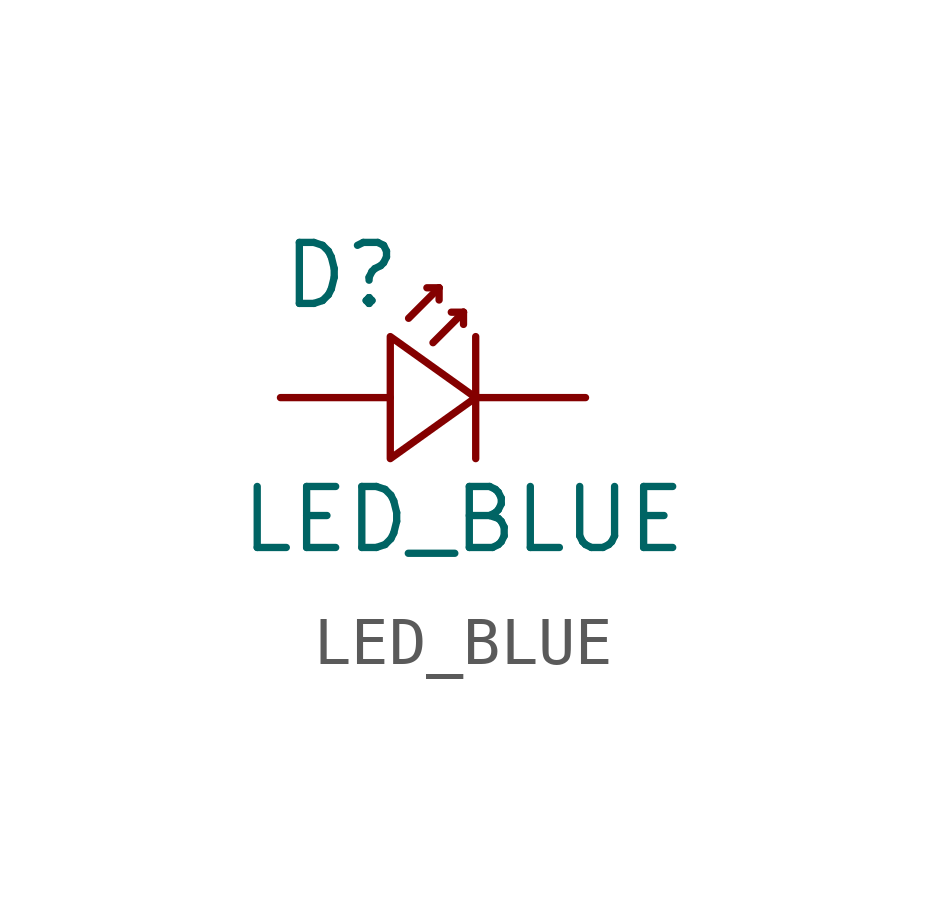
<source format=kicad_sym>
(kicad_symbol_lib
  (version 20211014)
  (generator kicad_symbol_editor)
  (symbol "LED_BLUE"
    (pin_numbers hide)
    (pin_names
      (offset 0) hide)
    (property "Reference" "D"
      (at -2.54 2.54 0)
      (effects (font (size 1.27 1.27))))
    (property "Value" "LED_BLUE"
      (at 0 -2.54 0)
      (effects (font (size 1.27 1.27))))
    (symbol "LED_BLUE_0_1"
      (polyline (pts (xy -1.143 1.651) (xy -0.508 2.286)) (stroke (width 0) (type default) (color 0 0 0 0)) (fill (type none)))
      (polyline (pts (xy -0.635 1.143) (xy 0 1.778)) (stroke (width 0) (type default) (color 0 0 0 0)) (fill (type none)))
      (polyline (pts (xy -0.508 2.286) (xy -0.762 2.286)) (stroke (width 0) (type default) (color 0 0 0 0)) (fill (type none)))
      (polyline (pts (xy -0.508 2.286) (xy -0.508 2.032)) (stroke (width 0) (type default) (color 0 0 0 0)) (fill (type none)))
      (polyline (pts (xy 0 1.778) (xy -0.254 1.778)) (stroke (width 0) (type default) (color 0 0 0 0)) (fill (type none)))
      (polyline (pts (xy 0 1.778) (xy 0 1.524)) (stroke (width 0) (type default) (color 0 0 0 0)) (fill (type none)))
      (polyline (pts (xy 0.254 1.27) (xy 0.254 -1.27)) (stroke (width 0) (type default) (color 0 0 0 0)) (fill (type none)))
      (polyline (pts (xy -1.524 1.27) (xy -1.524 -1.27) (xy 0.254 0) (xy -1.524 1.27)) (stroke (width 0) (type default) (color 0 0 0 0)) (fill (type none))))
    (symbol "LED_BLUE_1_1"
      (pin passive line (at -3.81 0 0) (length 2.286) (name "A" (effects (font (size 1.27 1.27)))) (number "1" (effects (font (size 1.27 1.27)))))
      (pin passive line (at 2.54 0 180) (length 2.286) (name "K" (effects (font (size 1.27 1.27)))) (number "2" (effects (font (size 1.27 1.27))))))))
</source>
